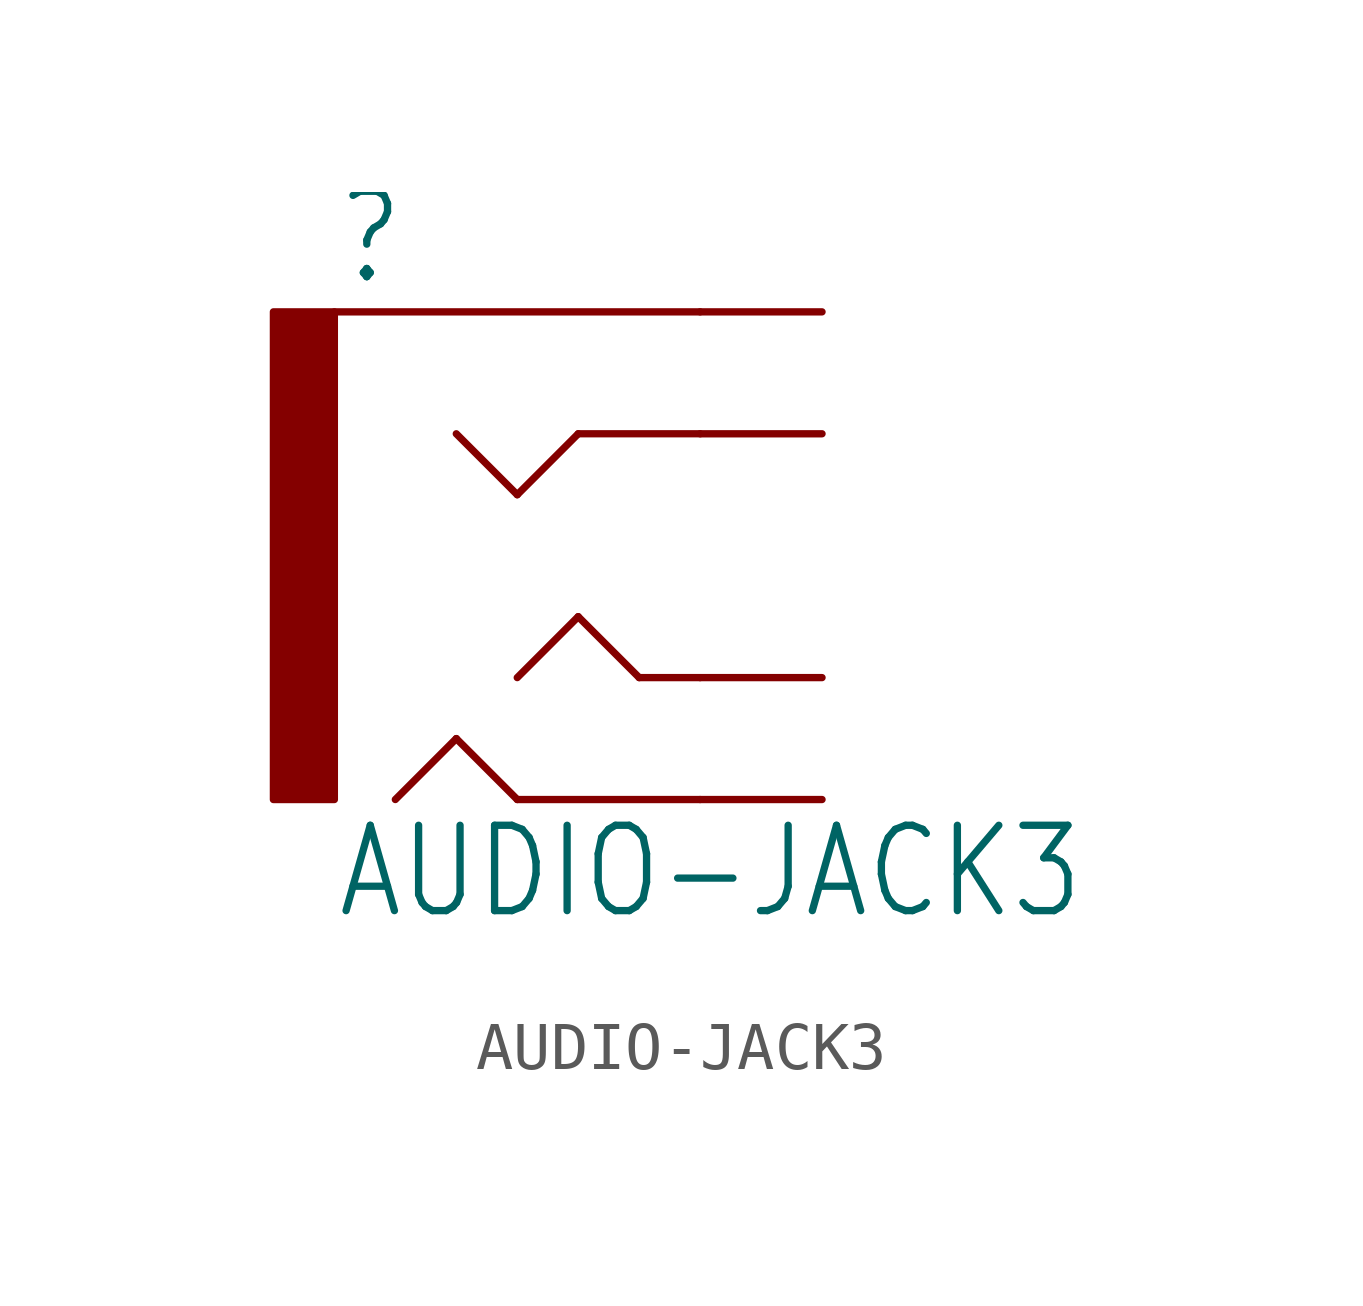
<source format=kicad_sym>
(kicad_symbol_lib
  (version 20211014)
  (generator kicad_symbol_editor)
  (symbol "AUDIO-JACK3"
    (property "Reference" ""
      (at -5.08 5.588 0)
      (effects (font (size 1.778 1.511)) (justify left bottom)))
    (property "Value" "AUDIO-JACK3"
      (at -5.08 -7.62 0)
      (effects (font (size 1.778 1.511)) (justify left bottom)))
    (property "ki_locked" ""
      (at 0 0 0)
      (effects (font (size 1.27 1.27))))
    (symbol "AUDIO-JACK3_1_0"
      (rectangle (start -6.35 -5.08) (end -5.08 5.08) (stroke (width 0) (type default) (color 0 0 0 0)) (fill (type outline)))
      (polyline (pts (xy -3.81 -5.08) (xy -2.54 -3.81)) (stroke (width 0.152) (type default) (color 0 0 0 0)) (fill (type none)))
      (polyline (pts (xy -2.54 -3.81) (xy -1.27 -5.08)) (stroke (width 0.152) (type default) (color 0 0 0 0)) (fill (type none)))
      (polyline (pts (xy -1.27 -5.08) (xy 2.54 -5.08)) (stroke (width 0.152) (type default) (color 0 0 0 0)) (fill (type none)))
      (polyline (pts (xy -1.27 -2.54) (xy 0 -1.27)) (stroke (width 0.152) (type default) (color 0 0 0 0)) (fill (type none)))
      (polyline (pts (xy -1.27 1.27) (xy -2.54 2.54)) (stroke (width 0.152) (type default) (color 0 0 0 0)) (fill (type none)))
      (polyline (pts (xy 0 -1.27) (xy 1.27 -2.54)) (stroke (width 0.152) (type default) (color 0 0 0 0)) (fill (type none)))
      (polyline (pts (xy 0 2.54) (xy -1.27 1.27)) (stroke (width 0.152) (type default) (color 0 0 0 0)) (fill (type none)))
      (polyline (pts (xy 1.27 -2.54) (xy 2.54 -2.54)) (stroke (width 0.152) (type default) (color 0 0 0 0)) (fill (type none)))
      (polyline (pts (xy 2.54 2.54) (xy 0 2.54)) (stroke (width 0.152) (type default) (color 0 0 0 0)) (fill (type none)))
      (polyline (pts (xy 2.54 5.08) (xy -5.08 5.08)) (stroke (width 0.152) (type default) (color 0 0 0 0)) (fill (type none)))
      (pin bidirectional line (at 5.08 5.08 180) (length 2.54) (name "EARTH" (effects (font (size 0 0)))) (number "EARTH" (effects (font (size 0 0)))))
      (pin bidirectional line (at 5.08 2.54 180) (length 2.54) (name "RING1" (effects (font (size 0 0)))) (number "RING1" (effects (font (size 0 0)))))
      (pin bidirectional line (at 5.08 -5.08 180) (length 2.54) (name "RING2" (effects (font (size 0 0)))) (number "RING2" (effects (font (size 0 0)))))
      (pin bidirectional line (at 5.08 -2.54 180) (length 2.54) (name "TIP" (effects (font (size 0 0)))) (number "TIP" (effects (font (size 0 0))))))))
</source>
